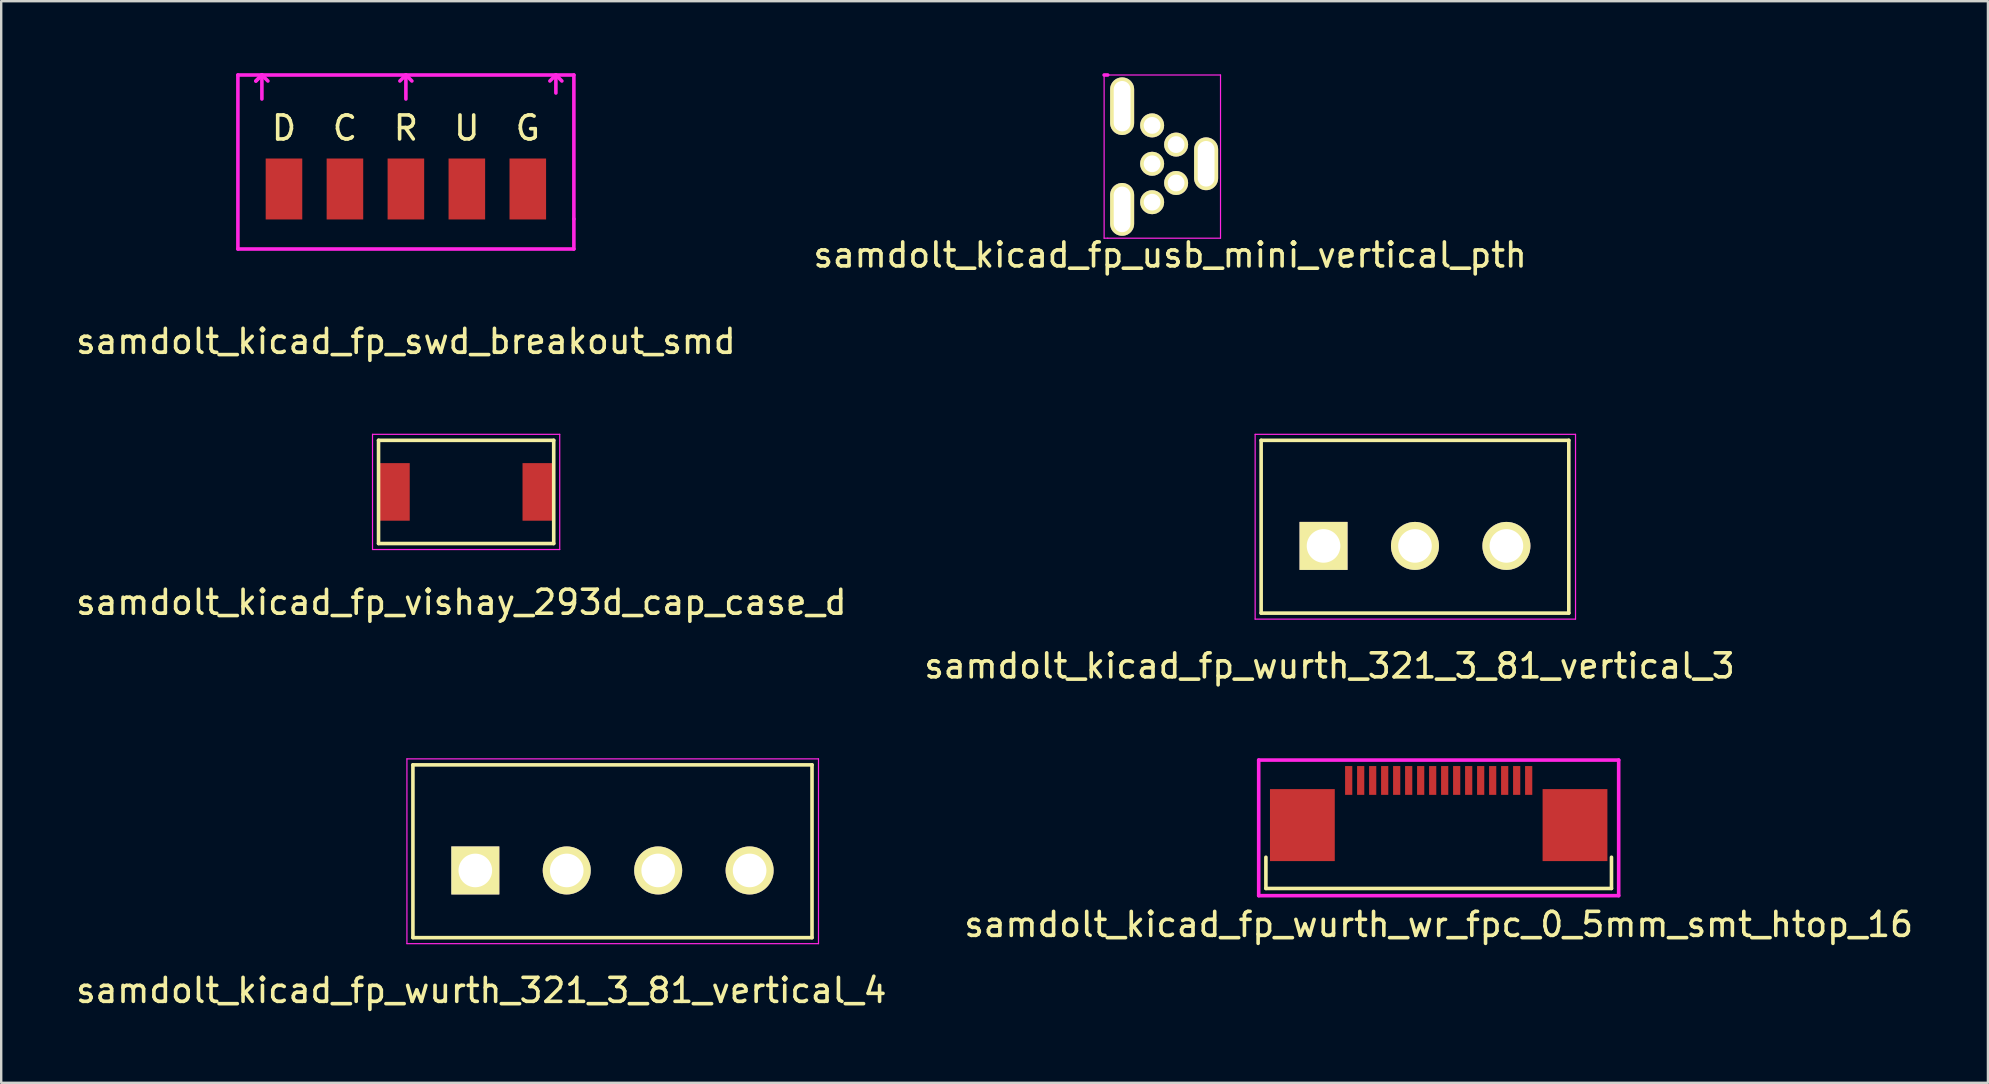
<source format=kicad_pcb>
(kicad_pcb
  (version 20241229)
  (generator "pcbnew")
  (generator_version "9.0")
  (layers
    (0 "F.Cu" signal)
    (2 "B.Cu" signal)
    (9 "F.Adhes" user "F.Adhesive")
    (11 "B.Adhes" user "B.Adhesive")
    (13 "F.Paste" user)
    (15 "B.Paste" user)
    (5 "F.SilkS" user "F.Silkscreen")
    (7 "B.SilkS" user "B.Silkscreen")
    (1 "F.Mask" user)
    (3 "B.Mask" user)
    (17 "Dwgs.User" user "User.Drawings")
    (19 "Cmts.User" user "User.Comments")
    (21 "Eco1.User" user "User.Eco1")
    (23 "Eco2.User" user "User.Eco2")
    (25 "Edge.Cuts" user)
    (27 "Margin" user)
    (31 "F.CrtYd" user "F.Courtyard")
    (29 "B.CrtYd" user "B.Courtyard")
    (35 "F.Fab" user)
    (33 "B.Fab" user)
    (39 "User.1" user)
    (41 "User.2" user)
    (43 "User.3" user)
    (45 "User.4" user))
  (footprint "samdolt_kicad_fp_vishay_293d_cap_case_d"
    (layer "F.Cu")
    (at 16.373 17.448)
    (property "Reference" "samdolt_kicad_fp_vishay_293d_cap_case_d" (at -0.2 4.6 0) (layer "F.SilkS") (effects (font (size 1 1) (thickness 0.15))))
    (attr through_hole)
    (fp_line (start -3.65 -2.15) (end -3.65 2.15) (stroke (width 0.15) (type solid)) (layer "F.SilkS"))
    (fp_line (start -3.65 -2.15) (end 3.65 -2.15) (stroke (width 0.15) (type solid)) (layer "F.SilkS"))
    (fp_line (start -3.65 2.15) (end 3.65 2.15) (stroke (width 0.15) (type solid)) (layer "F.SilkS"))
    (fp_line (start 3.65 -2.15) (end 3.65 2.15) (stroke (width 0.15) (type solid)) (layer "F.SilkS"))
    (fp_line (start -3.9 -2.4) (end -3.9 2.4) (stroke (width 0.05) (type solid)) (layer "F.CrtYd"))
    (fp_line (start 3.9 -2.4) (end -3.9 -2.4) (stroke (width 0.05) (type solid)) (layer "F.CrtYd"))
    (fp_line (start 3.9 2.4) (end -3.9 2.4) (stroke (width 0.05) (type solid)) (layer "F.CrtYd"))
    (fp_line (start 3.9 2.4) (end 3.9 -2.4) (stroke (width 0.05) (type solid)) (layer "F.CrtYd"))
    (pad "1" smd rect (at -3 0) (size 1.3 2.4) (layers "F.Cu" "F.Mask" "F.Paste"))
    (pad "2" smd rect (at 3 0) (size 1.3 2.4) (layers "F.Cu" "F.Mask" "F.Paste")))
  (footprint "samdolt_kicad_fp_usb_mini_vertical_pth"
    (layer "F.Cu")
    (at 45.458 3.775)
    (property "Reference" "samdolt_kicad_fp_usb_mini_vertical_pth" (at 0.25 3.8 0) (layer "F.SilkS") (effects (font (size 1 1) (thickness 0.15))))
    (attr through_hole)
    (fp_line (start -2.5 -3.7) (end -2.5 3.1) (stroke (width 0.05) (type solid)) (layer "F.CrtYd"))
    (fp_line (start -2.5 3.1) (end -2.35 3.1) (stroke (width 0.05) (type solid)) (layer "F.CrtYd"))
    (fp_line (start -2.35 -3.7) (end -2.5 -3.7) (stroke (width 0.15) (type solid)) (layer "F.CrtYd"))
    (fp_line (start -2.35 3.1) (end 2.35 3.1) (stroke (width 0.05) (type solid)) (layer "F.CrtYd"))
    (fp_line (start 2.35 -3.7) (end -2.35 -3.7) (stroke (width 0.05) (type solid)) (layer "F.CrtYd"))
    (fp_line (start 2.35 3.1) (end 2.35 -3.7) (stroke (width 0.05) (type solid)) (layer "F.CrtYd"))
    (pad "1" thru_hole circle (at -0.5 1.6) (size 1 1) (drill 0.7) (layers "*.Cu" "*.Mask" "F.SilkS"))
    (pad "2" thru_hole circle (at 0.5 0.8) (size 1 1) (drill 0.7) (layers "*.Cu" "*.Mask" "F.SilkS"))
    (pad "3" thru_hole circle (at -0.5 0) (size 1 1) (drill 0.7) (layers "*.Cu" "*.Mask" "F.SilkS"))
    (pad "4" thru_hole circle (at 0.5 -0.8) (size 1 1) (drill 0.7) (layers "*.Cu" "*.Mask" "F.SilkS"))
    (pad "5" thru_hole circle (at -0.5 -1.6) (size 1 1) (drill 0.7) (layers "*.Cu" "*.Mask" "F.SilkS"))
    (pad "6" thru_hole oval (at -1.75 -2.4) (size 1 2.4) (drill oval 0.7 2.1) (layers "*.Cu" "*.Mask" "F.SilkS"))
    (pad "6" thru_hole oval (at -1.75 1.9) (size 1 2.2) (drill oval 0.7 1.9) (layers "*.Cu" "*.Mask" "F.SilkS"))
    (pad "6" thru_hole oval (at 1.75 0) (size 1 2.2) (drill oval 0.7 1.9) (layers "*.Cu" "*.Mask" "F.SilkS")))
  (footprint "samdolt_kicad_fp_wurth_321_3_81_vertical_4"
    (layer "F.Cu")
    (at 16.756 33.221)
    (property "Reference" "samdolt_kicad_fp_wurth_321_3_81_vertical_4" (at 0.25 5 0) (layer "F.SilkS") (effects (font (size 1 1) (thickness 0.15))))
    (attr through_hole)
    (fp_line (start -2.6 -4.4) (end -2.6 2.8) (stroke (width 0.15) (type solid)) (layer "F.SilkS"))
    (fp_line (start -2.6 -4.4) (end 14.03 -4.4) (stroke (width 0.15) (type solid)) (layer "F.SilkS"))
    (fp_line (start -2.6 2.8) (end 14.03 2.8) (stroke (width 0.15) (type solid)) (layer "F.SilkS"))
    (fp_line (start 14.03 -4.4) (end 14.03 2.8) (stroke (width 0.15) (type solid)) (layer "F.SilkS"))
    (fp_line (start -2.85 -4.65) (end 14.3 -4.65) (stroke (width 0.05) (type solid)) (layer "F.CrtYd"))
    (fp_line (start -2.85 3.05) (end -2.85 -4.65) (stroke (width 0.05) (type solid)) (layer "F.CrtYd"))
    (fp_line (start 14.3 -4.65) (end 14.3 3.05) (stroke (width 0.05) (type solid)) (layer "F.CrtYd"))
    (fp_line (start 14.3 3.05) (end -2.85 3.05) (stroke (width 0.05) (type solid)) (layer "F.CrtYd"))
    (pad "1" thru_hole rect (at 0 0) (size 2 2) (drill 1.4) (layers "*.Cu" "*.Mask" "F.SilkS"))
    (pad "2" thru_hole circle (at 3.81 0) (size 2 2) (drill 1.4) (layers "*.Cu" "*.Mask" "F.SilkS"))
    (pad "3" thru_hole circle (at 7.62 0) (size 2 2) (drill 1.4) (layers "*.Cu" "*.Mask" "F.SilkS"))
    (pad "4" thru_hole circle (at 11.43 0) (size 2 2) (drill 1.4) (layers "*.Cu" "*.Mask" "F.SilkS")))
  (footprint "samdolt_kicad_fp_wurth_321_3_81_vertical_3"
    (layer "F.Cu")
    (at 52.101 19.698)
    (property "Reference" "samdolt_kicad_fp_wurth_321_3_81_vertical_3" (at 0.25 5 0) (layer "F.SilkS") (effects (font (size 1 1) (thickness 0.15))))
    (attr through_hole)
    (fp_line (start -2.6 -4.4) (end -2.6 2.8) (stroke (width 0.15) (type solid)) (layer "F.SilkS"))
    (fp_line (start -2.6 -4.4) (end 10.22 -4.4) (stroke (width 0.15) (type solid)) (layer "F.SilkS"))
    (fp_line (start -2.6 2.8) (end 10.22 2.8) (stroke (width 0.15) (type solid)) (layer "F.SilkS"))
    (fp_line (start 10.22 -4.4) (end 10.22 2.8) (stroke (width 0.15) (type solid)) (layer "F.SilkS"))
    (fp_line (start -2.85 -4.65) (end -2.85 3.05) (stroke (width 0.05) (type solid)) (layer "F.CrtYd"))
    (fp_line (start -2.85 3.05) (end 10.5 3.05) (stroke (width 0.05) (type solid)) (layer "F.CrtYd"))
    (fp_line (start 10.5 -4.65) (end -2.85 -4.65) (stroke (width 0.05) (type solid)) (layer "F.CrtYd"))
    (fp_line (start 10.5 3.05) (end 10.5 -4.65) (stroke (width 0.05) (type solid)) (layer "F.CrtYd"))
    (pad "1" thru_hole rect (at 0 0) (size 2 2) (drill 1.4) (layers "*.Cu" "*.Mask" "F.SilkS"))
    (pad "2" thru_hole circle (at 3.81 0) (size 2 2) (drill 1.4) (layers "*.Cu" "*.Mask" "F.SilkS"))
    (pad "3" thru_hole circle (at 7.62 0) (size 2 2) (drill 1.4) (layers "*.Cu" "*.Mask" "F.SilkS")))
  (footprint "samdolt_kicad_fp_swd_breakout_smd"
    (layer "F.Cu")
    (at 13.863 4.825)
    (property "Reference" "samdolt_kicad_fp_swd_breakout_smd" (at 0 6.35 0) (layer "F.SilkS") (effects (font (size 1 1) (thickness 0.15))))
    (attr through_hole)
    (fp_line (start -7 -4.75) (end -7 2.5) (stroke (width 0.15) (type solid)) (layer "F.CrtYd"))
    (fp_line (start -7 2.5) (end 7 2.5) (stroke (width 0.15) (type solid)) (layer "F.CrtYd"))
    (fp_line (start -6.25 -4.5) (end -6 -4.75) (stroke (width 0.15) (type solid)) (layer "F.CrtYd"))
    (fp_line (start -6 -4.75) (end -6.25 -4.5) (stroke (width 0.15) (type solid)) (layer "F.CrtYd"))
    (fp_line (start -6 -4.75) (end -5.75 -4.5) (stroke (width 0.15) (type solid)) (layer "F.CrtYd"))
    (fp_line (start -6 -3.75) (end -6 -4.75) (stroke (width 0.15) (type solid)) (layer "F.CrtYd"))
    (fp_line (start 0 -4.75) (end -0.25 -4.5) (stroke (width 0.15) (type solid)) (layer "F.CrtYd"))
    (fp_line (start 0 -3.75) (end 0 -4.75) (stroke (width 0.15) (type solid)) (layer "F.CrtYd"))
    (fp_line (start 0.25 -4.5) (end 0 -4.75) (stroke (width 0.15) (type solid)) (layer "F.CrtYd"))
    (fp_line (start 6.25 -4.75) (end 6 -4.5) (stroke (width 0.15) (type solid)) (layer "F.CrtYd"))
    (fp_line (start 6.25 -4.75) (end 6.5 -4.5) (stroke (width 0.15) (type solid)) (layer "F.CrtYd"))
    (fp_line (start 6.25 -4) (end 6.25 -4.75) (stroke (width 0.15) (type solid)) (layer "F.CrtYd"))
    (fp_line (start 7 -4.75) (end -7 -4.75) (stroke (width 0.15) (type solid)) (layer "F.CrtYd"))
    (fp_line (start 7 1.25) (end 7 -4.75) (stroke (width 0.15) (type solid)) (layer "F.CrtYd"))
    (fp_line (start 7 2.5) (end 7 1.25) (stroke (width 0.15) (type solid)) (layer "F.CrtYd"))
    (fp_text user "D" (at -5.08 -2.54 0) (layer "F.SilkS") (effects (font (size 1 1) (thickness 0.15))))
    (fp_text user "C" (at -2.54 -2.54 0) (layer "F.SilkS") (effects (font (size 1 1) (thickness 0.15))))
    (fp_text user "R" (at 0 -2.54 0) (layer "F.SilkS") (effects (font (size 1 1) (thickness 0.15))))
    (fp_text user "G" (at 5.08 -2.54 0) (layer "F.SilkS") (effects (font (size 1 1) (thickness 0.15))))
    (fp_text user "U" (at 2.54 -2.54 0) (layer "F.SilkS") (effects (font (size 1 1) (thickness 0.15))))
    (pad "1" smd rect (at -5.08 0) (size 1.524 2.54) (layers "F.Cu" "F.Mask" "F.Paste"))
    (pad "2" smd rect (at -2.54 0) (size 1.524 2.54) (layers "F.Cu" "F.Mask" "F.Paste"))
    (pad "3" smd rect (at 0 0) (size 1.524 2.54) (layers "F.Cu" "F.Mask" "F.Paste"))
    (pad "4" smd rect (at 2.54 0) (size 1.524 2.54) (layers "F.Cu" "F.Mask" "F.Paste"))
    (pad "5" smd rect (at 5.08 0) (size 1.524 2.54) (layers "F.Cu" "F.Mask" "F.Paste")))
  (footprint "samdolt_kicad_fp_wurth_wr_fpc_0_5mm_smt_htop_16"
    (layer "F.Cu")
    (at 56.899 29.471)
    (property "Reference" "samdolt_kicad_fp_wurth_wr_fpc_0_5mm_smt_htop_16" (at 0 6 0) (layer "F.SilkS") (effects (font (size 1 1) (thickness 0.15))))
    (attr smd)
    (fp_line (start -7.2 4.5) (end -7.2 3.2) (stroke (width 0.15) (type solid)) (layer "F.SilkS"))
    (fp_line (start 7.2 4.5) (end -7.2 4.5) (stroke (width 0.15) (type solid)) (layer "F.SilkS"))
    (fp_line (start 7.2 4.5) (end 7.2 3.2) (stroke (width 0.15) (type solid)) (layer "F.SilkS"))
    (fp_line (start -7.5 -0.85) (end 7.5 -0.85) (stroke (width 0.15) (type solid)) (layer "F.CrtYd"))
    (fp_line (start -7.5 4.8) (end -7.5 -0.85) (stroke (width 0.15) (type solid)) (layer "F.CrtYd"))
    (fp_line (start 7.5 -0.85) (end 7.5 4.8) (stroke (width 0.15) (type solid)) (layer "F.CrtYd"))
    (fp_line (start 7.5 4.8) (end -7.5 4.8) (stroke (width 0.15) (type solid)) (layer "F.CrtYd"))
    (pad "1" smd rect (at -3.75 0) (size 0.3 1.2) (layers "F.Cu" "F.Mask" "F.Paste"))
    (pad "2" smd rect (at -3.25 0) (size 0.3 1.2) (layers "F.Cu" "F.Mask" "F.Paste"))
    (pad "3" smd rect (at -2.75 0) (size 0.3 1.2) (layers "F.Cu" "F.Mask" "F.Paste"))
    (pad "4" smd rect (at -2.25 0) (size 0.3 1.2) (layers "F.Cu" "F.Mask" "F.Paste"))
    (pad "5" smd rect (at -1.75 0) (size 0.3 1.2) (layers "F.Cu" "F.Mask" "F.Paste"))
    (pad "6" smd rect (at -1.25 0) (size 0.3 1.2) (layers "F.Cu" "F.Mask" "F.Paste"))
    (pad "7" smd rect (at -0.75 0) (size 0.3 1.2) (layers "F.Cu" "F.Mask" "F.Paste"))
    (pad "8" smd rect (at -0.25 0) (size 0.3 1.2) (layers "F.Cu" "F.Mask" "F.Paste"))
    (pad "9" smd rect (at 0.25 0) (size 0.3 1.2) (layers "F.Cu" "F.Mask" "F.Paste"))
    (pad "10" smd rect (at 0.75 0) (size 0.3 1.2) (layers "F.Cu" "F.Mask" "F.Paste"))
    (pad "11" smd rect (at 1.25 0) (size 0.3 1.2) (layers "F.Cu" "F.Mask" "F.Paste"))
    (pad "12" smd rect (at 1.75 0) (size 0.3 1.2) (layers "F.Cu" "F.Mask" "F.Paste"))
    (pad "13" smd rect (at 2.25 0) (size 0.3 1.2) (layers "F.Cu" "F.Mask" "F.Paste"))
    (pad "14" smd rect (at 2.75 0) (size 0.3 1.2) (layers "F.Cu" "F.Mask" "F.Paste"))
    (pad "15" smd rect (at 3.25 0) (size 0.3 1.2) (layers "F.Cu" "F.Mask" "F.Paste"))
    (pad "16" smd rect (at 3.75 0) (size 0.3 1.2) (layers "F.Cu" "F.Mask" "F.Paste"))
    (pad "EP" smd rect (at -5.68 1.86) (size 2.7 3) (layers "F.Cu" "F.Mask" "F.Paste"))
    (pad "EP" smd rect (at 5.68 1.86) (size 2.7 3) (layers "F.Cu" "F.Mask" "F.Paste")))
  (gr_rect
    (start -3 -3)
    (end 79.786 42.07)
    (stroke (width 0.1) (type default))
    (fill no)
    (layer "Edge.Cuts")))
</source>
